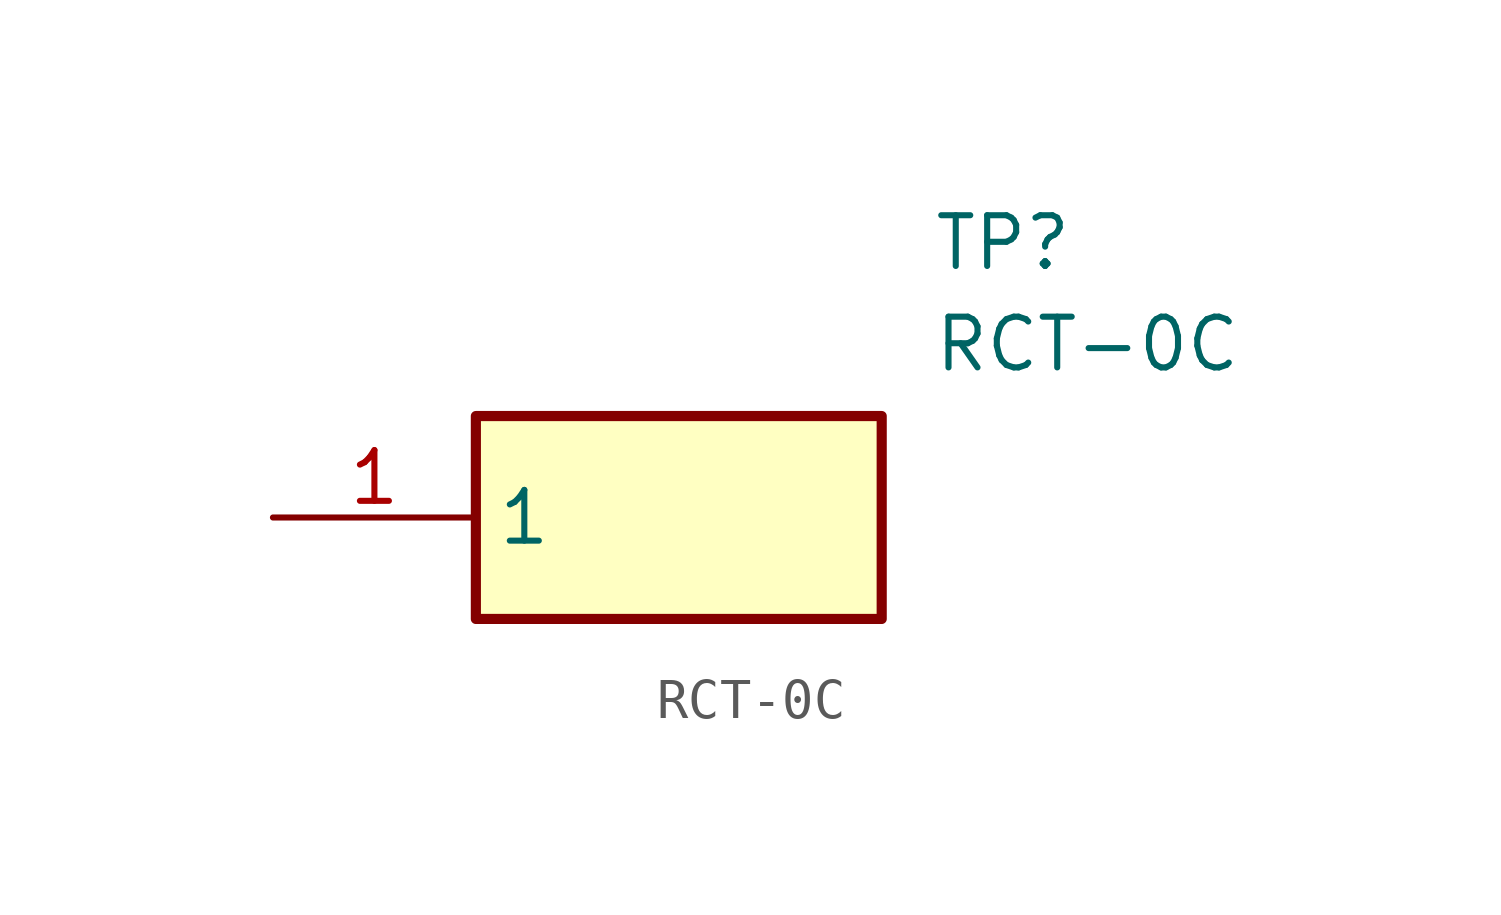
<source format=kicad_sym>
(kicad_symbol_lib
  (version 20211014)
  (generator SamacSys_ECAD_Model)
  (symbol "RCT-0C"
    (property "Reference" "TP"
      (at 16.51 7.62 0)
      (effects (font (size 1.27 1.27)) (justify left top)))
    (property "Value" "RCT-0C"
      (at 16.51 5.08 0)
      (effects (font (size 1.27 1.27)) (justify left top)))
    (rectangle
      (start 5.08 2.54)
      (end 15.24 -2.54)
      (stroke (width 0.254) (type default))
      (fill (type background)))
    (pin passive line
      (at 0 0 0)
      (length 5.08)
      (name "1" (effects (font (size 1.27 1.27))))
      (number "1" (effects (font (size 1.27 1.27)))))))
</source>
